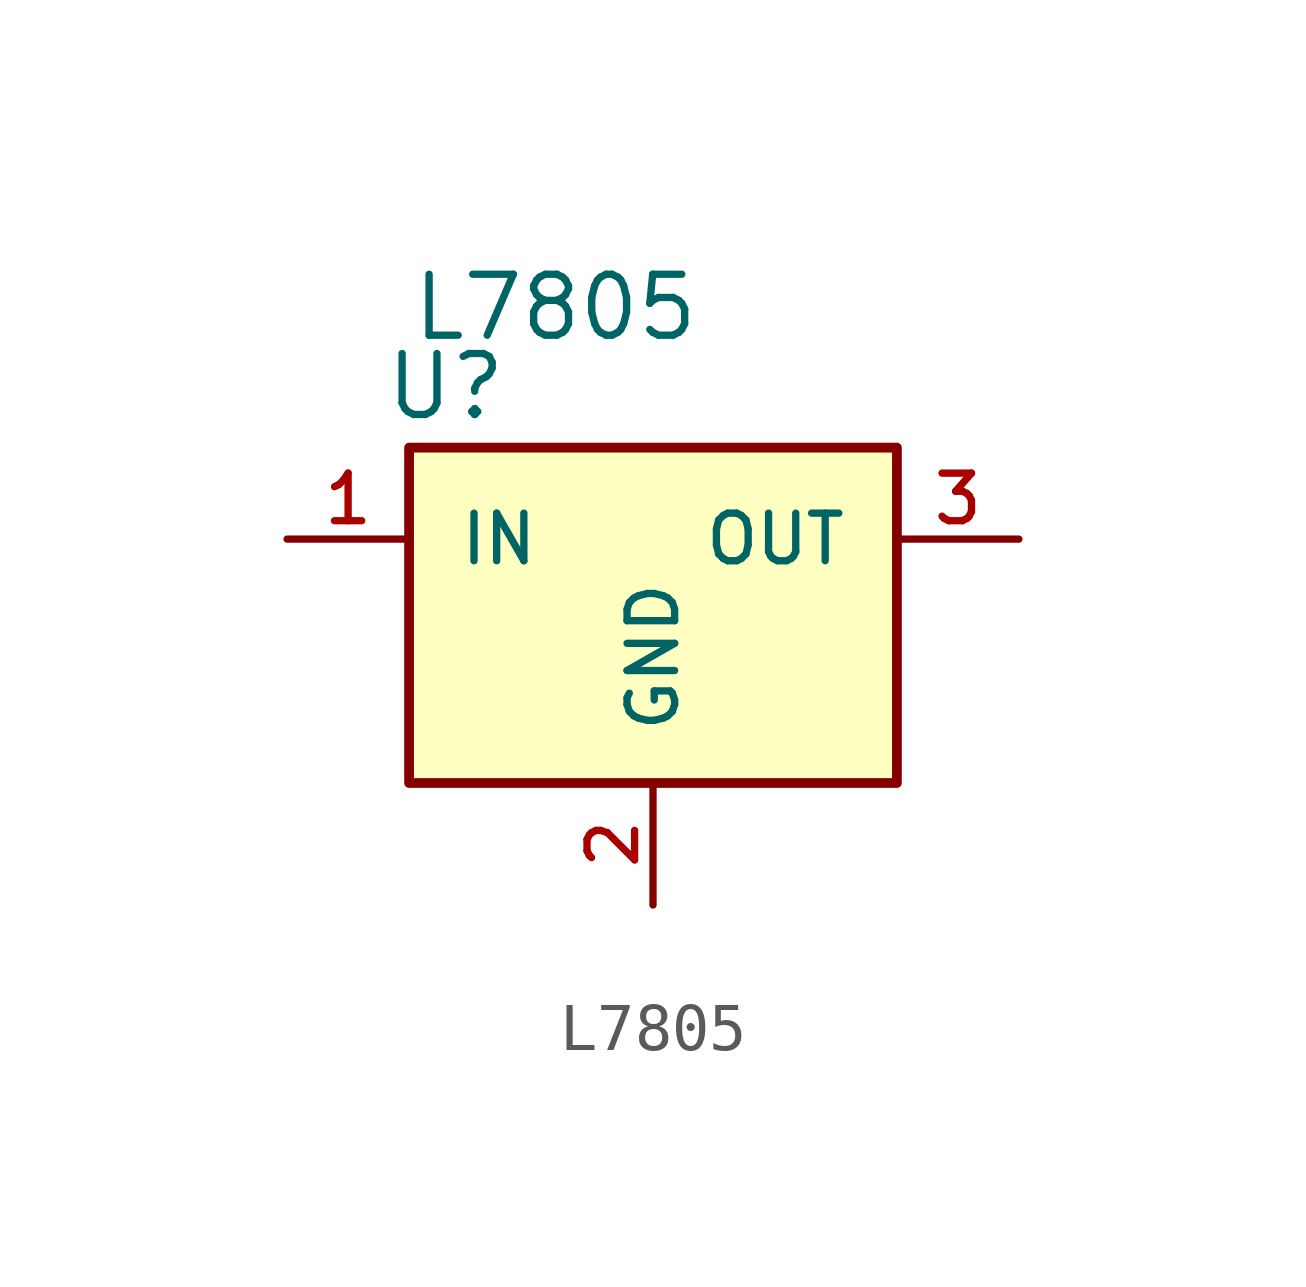
<source format=kicad_sym>
(kicad_symbol_lib
  (version 20241209)
  (generator "kicad_symbol_editor")
  (generator_version "9.0")
  (symbol "L7805"
    (pin_names
      (offset 1.016))
    (property "Reference" "U"
      (at -2.413 3.81 0)
      (effects (font (size 1.27 1.27))))
    (property "Value" "L7805"
      (at -0.127 5.461 0)
      (effects (font (size 1.27 1.27))))
    (symbol "L7805_0_1"
      (rectangle (start -3.175 2.54) (end 6.985 -4.445) (stroke (width 0.203) (type solid)) (fill (type background))))
    (symbol "L7805_1_1"
      (pin power_in line (at -5.715 0.635 0) (length 2.54) (name "IN" (effects (font (size 0.991 0.991)))) (number "1" (effects (font (size 0.991 0.991)))))
      (pin power_in line (at 1.905 -6.985 90) (length 2.54) (name "GND" (effects (font (size 0.991 0.991)))) (number "2" (effects (font (size 0.991 0.991)))))
      (pin power_out line (at 9.525 0.635 180) (length 2.54) (name "OUT" (effects (font (size 0.991 0.991)))) (number "3" (effects (font (size 0.991 0.991))))))))
</source>
